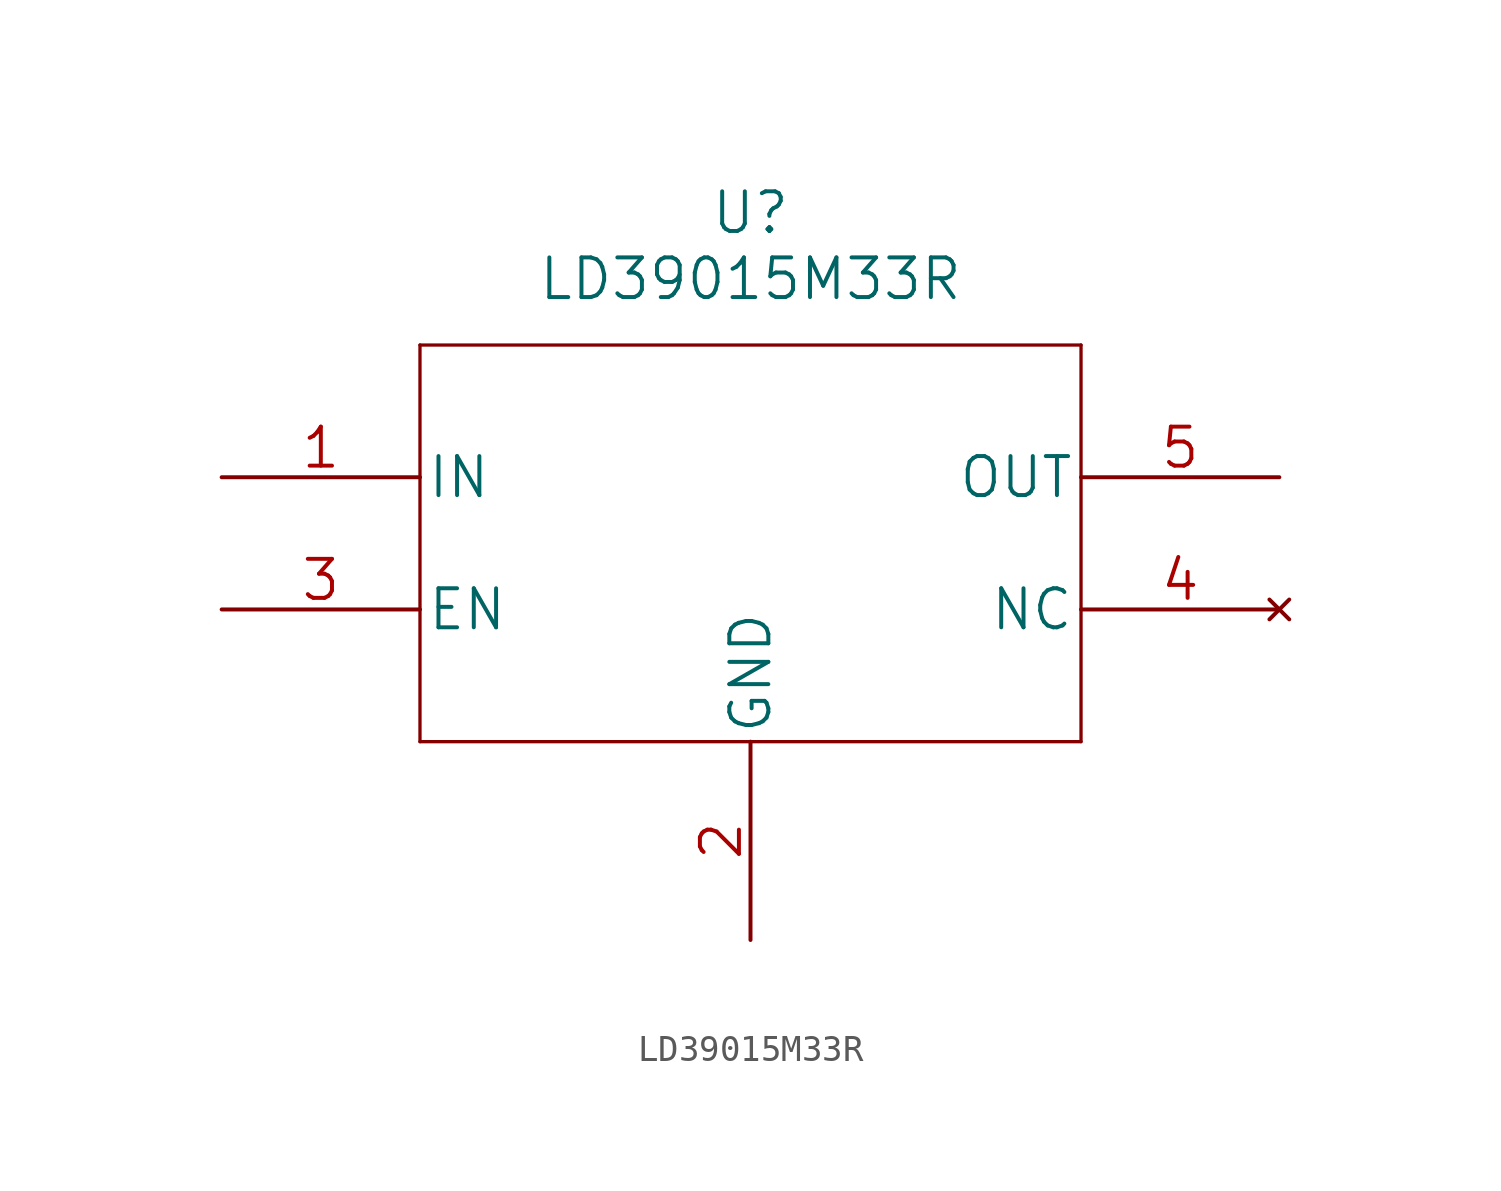
<source format=kicad_sym>
(kicad_symbol_lib
  (version 20211014)
  (generator kicad_symbol_editor)
  (symbol "LD39015M33R"
    (pin_names
      (offset 0.254))
    (property "Reference" "U"
      (at 20.32 10.16 0)
      (effects (font (size 1.524 1.524))))
    (property "Value" "LD39015M33R"
      (at 20.32 7.62 0)
      (effects (font (size 1.524 1.524))))
    (property "Datasheet" ""
      (at 0 0 0)
      (effects (font (size 1.524 1.524))))
    (property "ki_locked" ""
      (at 0 0 0)
      (effects (font (size 1.27 1.27))))
    (symbol "LD39015M33R_1_1"
      (polyline (pts (xy 7.62 -10.16) (xy 33.02 -10.16)) (stroke (width 0.127) (type default) (color 0 0 0 0)) (fill (type none)))
      (polyline (pts (xy 7.62 5.08) (xy 7.62 -10.16)) (stroke (width 0.127) (type default) (color 0 0 0 0)) (fill (type none)))
      (polyline (pts (xy 33.02 -10.16) (xy 33.02 5.08)) (stroke (width 0.127) (type default) (color 0 0 0 0)) (fill (type none)))
      (polyline (pts (xy 33.02 5.08) (xy 7.62 5.08)) (stroke (width 0.127) (type default) (color 0 0 0 0)) (fill (type none)))
      (pin power_in line (at 0 0 0) (length 7.62) (name "IN" (effects (font (size 1.499 1.499)))) (number "1" (effects (font (size 1.499 1.499)))))
      (pin power_in line (at 20.32 -17.78 90) (length 7.62) (name "GND" (effects (font (size 1.499 1.499)))) (number "2" (effects (font (size 1.499 1.499)))))
      (pin input line (at 0 -5.08 0) (length 7.62) (name "EN" (effects (font (size 1.499 1.499)))) (number "3" (effects (font (size 1.499 1.499)))))
      (pin no_connect line (at 40.64 -5.08 180) (length 7.62) (name "NC" (effects (font (size 1.499 1.499)))) (number "4" (effects (font (size 1.499 1.499)))))
      (pin output line (at 40.64 0 180) (length 7.62) (name "OUT" (effects (font (size 1.499 1.499)))) (number "5" (effects (font (size 1.499 1.499))))))))
</source>
